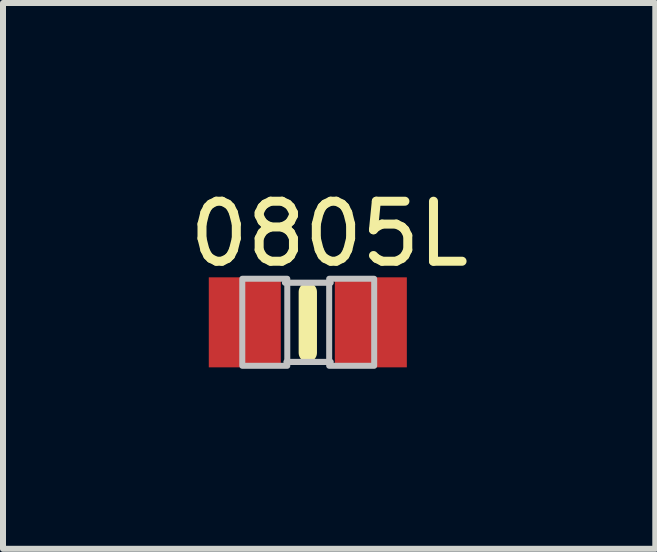
<source format=kicad_pcb>
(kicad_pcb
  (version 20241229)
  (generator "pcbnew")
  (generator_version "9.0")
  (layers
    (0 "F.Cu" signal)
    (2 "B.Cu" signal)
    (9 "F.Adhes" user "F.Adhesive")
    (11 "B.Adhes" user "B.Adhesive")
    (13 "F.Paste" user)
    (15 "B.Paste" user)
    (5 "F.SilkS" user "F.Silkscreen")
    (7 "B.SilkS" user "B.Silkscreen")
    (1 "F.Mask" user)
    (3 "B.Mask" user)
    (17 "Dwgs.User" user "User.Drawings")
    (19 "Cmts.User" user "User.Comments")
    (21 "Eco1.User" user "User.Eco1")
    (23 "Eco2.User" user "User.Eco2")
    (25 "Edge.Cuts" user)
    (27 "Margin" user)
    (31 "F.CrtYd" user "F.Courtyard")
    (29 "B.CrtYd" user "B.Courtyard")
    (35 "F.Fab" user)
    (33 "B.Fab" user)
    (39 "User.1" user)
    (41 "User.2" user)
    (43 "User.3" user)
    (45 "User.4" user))
  (footprint "0805L"
    (layer "F.Cu")
    (at 2.079 2.321)
    (property "Reference" "0805L" (at 0.356 -1.473 0) (layer "F.SilkS") (effects (font (size 1 1) (thickness 0.15))))
    (attr smd)
    (fp_line (start 0 -0.508) (end 0 0.508) (stroke (width 0.305) (type solid)) (layer "F.SilkS"))
    (fp_line (start -0.381 -0.66) (end 0.381 -0.66) (stroke (width 0.102) (type solid)) (layer "Dwgs.User"))
    (fp_line (start -0.356 0.66) (end 0.381 0.66) (stroke (width 0.102) (type solid)) (layer "Dwgs.User"))
    (fp_poly (pts (xy -1.092 -0.726) (xy -0.342 -0.726) (xy -0.342 0.724) (xy -1.092 0.724)) (stroke (width 0.1) (type solid)) (fill no) (layer "Dwgs.User"))
    (fp_poly (pts (xy 0.356 -0.726) (xy 1.106 -0.726) (xy 1.106 0.724) (xy 0.356 0.724)) (stroke (width 0.1) (type solid)) (fill no) (layer "Dwgs.User"))
    (pad "1" smd rect (at -1.05 0) (size 1.2 1.5) (layers "F.Cu" "F.Mask" "F.Paste"))
    (pad "2" smd rect (at 1.05 0) (size 1.2 1.5) (layers "F.Cu" "F.Mask" "F.Paste")))
  (gr_rect
    (start -3 -3)
    (end 7.869 6.095)
    (stroke (width 0.1) (type default))
    (fill no)
    (layer "Edge.Cuts")))
</source>
